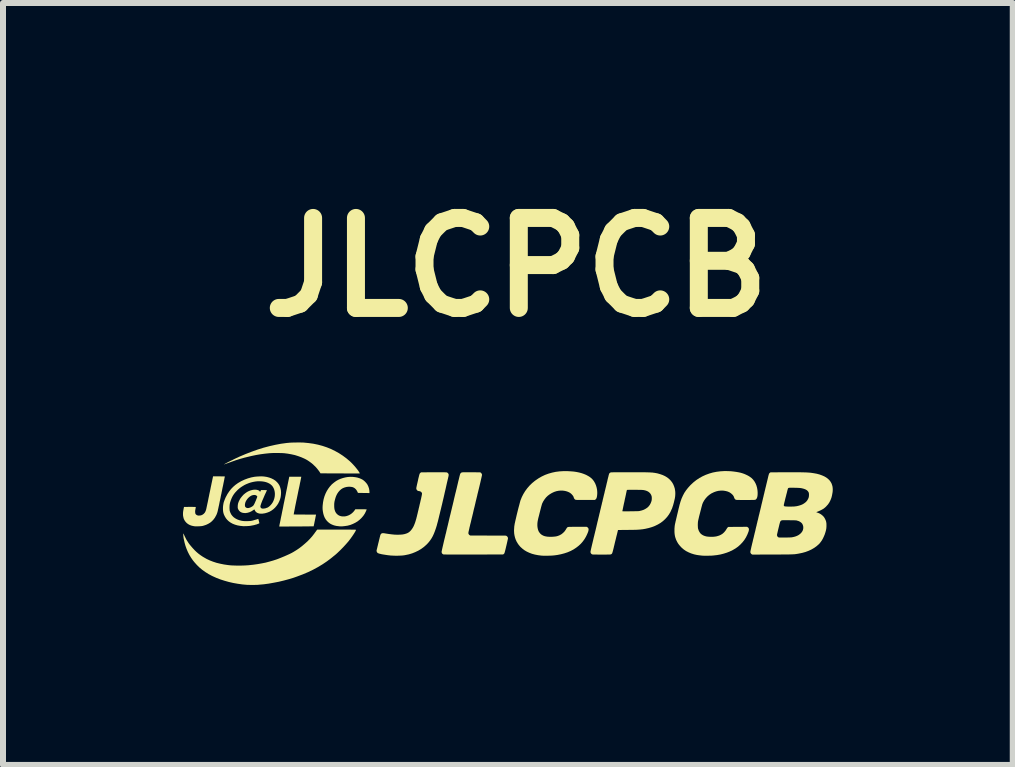
<source format=kicad_pcb>
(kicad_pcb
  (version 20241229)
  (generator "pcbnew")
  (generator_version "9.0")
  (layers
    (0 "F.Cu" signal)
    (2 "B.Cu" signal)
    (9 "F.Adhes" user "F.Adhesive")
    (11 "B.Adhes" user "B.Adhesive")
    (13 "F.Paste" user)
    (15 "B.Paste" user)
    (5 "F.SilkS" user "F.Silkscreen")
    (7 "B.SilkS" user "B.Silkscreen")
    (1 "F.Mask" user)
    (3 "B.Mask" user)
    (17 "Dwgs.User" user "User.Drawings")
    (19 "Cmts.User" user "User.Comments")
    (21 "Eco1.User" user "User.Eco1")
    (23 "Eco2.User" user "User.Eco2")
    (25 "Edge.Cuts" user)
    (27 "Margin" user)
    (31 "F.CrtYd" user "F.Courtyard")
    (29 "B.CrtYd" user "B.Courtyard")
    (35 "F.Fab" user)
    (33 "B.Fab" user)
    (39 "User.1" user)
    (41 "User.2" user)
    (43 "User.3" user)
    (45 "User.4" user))
  (footprint "JLCPCB"
    (layer "F.Cu")
    (at 5.561 5.404)
    (property "Reference" "JLCPCB" (at 0 -4 0) (layer "F.SilkS") (effects (font (size 1.5 1.5) (thickness 0.3))))
    (attr board_only exclude_from_pos_files exclude_from_bom)
    (fp_poly (pts (xy -3.647 -0.509) (xy -3.629 -0.509) (xy -3.614 -0.509) (xy -3.602 -0.509) (xy -3.594 -0.508) (xy -3.59 -0.508) (xy -3.59 -0.508) (xy -3.59 -0.504) (xy -3.592 -0.497) (xy -3.594 -0.485) (xy -3.597 -0.469) (xy -3.601 -0.45) (xy -3.605 -0.428) (xy -3.611 -0.403) (xy -3.616 -0.376) (xy -3.622 -0.346) (xy -3.629 -0.315) (xy -3.636 -0.282) (xy -3.643 -0.248) (xy -3.649 -0.218) (xy -3.657 -0.179) (xy -3.665 -0.14) (xy -3.673 -0.103) (xy -3.68 -0.068) (xy -3.687 -0.035) (xy -3.693 -0.005) (xy -3.698 0.023) (xy -3.703 0.048) (xy -3.707 0.07) (xy -3.711 0.088) (xy -3.713 0.102) (xy -3.715 0.112) (xy -3.716 0.118) (xy -3.716 0.12) (xy -3.713 0.12) (xy -3.706 0.12) (xy -3.695 0.12) (xy -3.68 0.121) (xy -3.662 0.121) (xy -3.64 0.121) (xy -3.616 0.121) (xy -3.59 0.122) (xy -3.561 0.122) (xy -3.532 0.122) (xy -3.529 0.122) (xy -3.344 0.123) (xy -3.345 0.129) (xy -3.346 0.133) (xy -3.347 0.141) (xy -3.35 0.153) (xy -3.353 0.168) (xy -3.356 0.185) (xy -3.36 0.204) (xy -3.364 0.225) (xy -3.364 0.226) (xy -3.369 0.247) (xy -3.372 0.265) (xy -3.376 0.282) (xy -3.379 0.296) (xy -3.381 0.307) (xy -3.383 0.314) (xy -3.383 0.318) (xy -3.383 0.318) (xy -3.386 0.318) (xy -3.393 0.318) (xy -3.405 0.318) (xy -3.42 0.318) (xy -3.439 0.318) (xy -3.462 0.319) (xy -3.487 0.319) (xy -3.516 0.319) (xy -3.547 0.319) (xy -3.58 0.32) (xy -3.614 0.32) (xy -3.651 0.32) (xy -3.67 0.32) (xy -3.956 0.322) (xy -3.956 0.316) (xy -3.956 0.312) (xy -3.954 0.303) (xy -3.952 0.292) (xy -3.95 0.278) (xy -3.946 0.263) (xy -3.945 0.257) (xy -3.943 0.247) (xy -3.94 0.232) (xy -3.936 0.213) (xy -3.932 0.191) (xy -3.927 0.166) (xy -3.921 0.139) (xy -3.915 0.109) (xy -3.909 0.078) (xy -3.902 0.045) (xy -3.895 0.012) (xy -3.89 -0.015) (xy -3.883 -0.052) (xy -3.875 -0.089) (xy -3.867 -0.128) (xy -3.859 -0.167) (xy -3.851 -0.205) (xy -3.844 -0.242) (xy -3.837 -0.277) (xy -3.83 -0.31) (xy -3.824 -0.34) (xy -3.819 -0.365) (xy -3.818 -0.372) (xy -3.79 -0.508) (xy -3.69 -0.509) (xy -3.667 -0.509)) (stroke (width 0) (type solid)) (fill yes) (layer "F.SilkS"))
    (fp_poly (pts (xy -3.593 -1.079) (xy -3.57 -1.079) (xy -3.553 -1.078) (xy -3.47 -1.07) (xy -3.39 -1.059) (xy -3.312 -1.043) (xy -3.237 -1.023) (xy -3.165 -0.999) (xy -3.095 -0.971) (xy -3.028 -0.938) (xy -2.963 -0.902) (xy -2.9 -0.861) (xy -2.839 -0.816) (xy -2.781 -0.767) (xy -2.779 -0.765) (xy -2.762 -0.749) (xy -2.744 -0.731) (xy -2.725 -0.711) (xy -2.706 -0.69) (xy -2.687 -0.668) (xy -2.67 -0.647) (xy -2.654 -0.627) (xy -2.64 -0.608) (xy -2.629 -0.591) (xy -2.62 -0.577) (xy -2.619 -0.575) (xy -2.614 -0.564) (xy -2.62 -0.563) (xy -2.624 -0.563) (xy -2.631 -0.563) (xy -2.644 -0.563) (xy -2.66 -0.563) (xy -2.68 -0.563) (xy -2.703 -0.563) (xy -2.73 -0.563) (xy -2.759 -0.563) (xy -2.791 -0.563) (xy -2.825 -0.563) (xy -2.861 -0.563) (xy -2.899 -0.564) (xy -2.938 -0.564) (xy -2.948 -0.564) (xy -3.27 -0.565) (xy -3.278 -0.579) (xy -3.291 -0.599) (xy -3.308 -0.621) (xy -3.326 -0.644) (xy -3.346 -0.667) (xy -3.367 -0.688) (xy -3.387 -0.707) (xy -3.39 -0.711) (xy -3.42 -0.736) (xy -3.45 -0.758) (xy -3.479 -0.778) (xy -3.511 -0.797) (xy -3.539 -0.811) (xy -3.589 -0.833) (xy -3.641 -0.852) (xy -3.695 -0.869) (xy -3.753 -0.882) (xy -3.814 -0.893) (xy -3.878 -0.901) (xy -3.884 -0.901) (xy -3.897 -0.902) (xy -3.914 -0.903) (xy -3.935 -0.903) (xy -3.958 -0.904) (xy -3.982 -0.904) (xy -4.008 -0.904) (xy -4.033 -0.904) (xy -4.057 -0.904) (xy -4.079 -0.903) (xy -4.098 -0.902) (xy -4.114 -0.901) (xy -4.118 -0.901) (xy -4.195 -0.893) (xy -4.27 -0.883) (xy -4.346 -0.87) (xy -4.422 -0.854) (xy -4.501 -0.835) (xy -4.538 -0.826) (xy -4.569 -0.817) (xy -4.598 -0.809) (xy -4.626 -0.801) (xy -4.653 -0.792) (xy -4.682 -0.783) (xy -4.712 -0.772) (xy -4.744 -0.761) (xy -4.779 -0.748) (xy -4.816 -0.735) (xy -4.832 -0.729) (xy -4.847 -0.724) (xy -4.859 -0.72) (xy -4.868 -0.716) (xy -4.874 -0.715) (xy -4.876 -0.714) (xy -4.875 -0.716) (xy -4.871 -0.719) (xy -4.862 -0.724) (xy -4.85 -0.731) (xy -4.836 -0.738) (xy -4.819 -0.747) (xy -4.8 -0.757) (xy -4.779 -0.767) (xy -4.757 -0.778) (xy -4.734 -0.789) (xy -4.711 -0.801) (xy -4.688 -0.812) (xy -4.666 -0.822) (xy -4.644 -0.832) (xy -4.626 -0.841) (xy -4.522 -0.885) (xy -4.419 -0.925) (xy -4.318 -0.961) (xy -4.219 -0.992) (xy -4.121 -1.018) (xy -4.024 -1.04) (xy -3.929 -1.058) (xy -3.834 -1.071) (xy -3.8 -1.074) (xy -3.781 -1.076) (xy -3.758 -1.077) (xy -3.732 -1.078) (xy -3.704 -1.079) (xy -3.675 -1.079) (xy -3.646 -1.08) (xy -3.619 -1.08)) (stroke (width 0) (type solid)) (fill yes) (layer "F.SilkS"))
    (fp_poly (pts (xy -2.733 -0.506) (xy -2.694 -0.502) (xy -2.656 -0.495) (xy -2.621 -0.484) (xy -2.594 -0.473) (xy -2.569 -0.46) (xy -2.548 -0.445) (xy -2.528 -0.427) (xy -2.505 -0.402) (xy -2.486 -0.375) (xy -2.472 -0.345) (xy -2.461 -0.313) (xy -2.455 -0.279) (xy -2.454 -0.265) (xy -2.453 -0.236) (xy -2.525 -0.238) (xy -2.545 -0.238) (xy -2.565 -0.238) (xy -2.583 -0.239) (xy -2.6 -0.239) (xy -2.613 -0.239) (xy -2.622 -0.239) (xy -2.623 -0.239) (xy -2.635 -0.239) (xy -2.643 -0.24) (xy -2.647 -0.241) (xy -2.648 -0.242) (xy -2.649 -0.248) (xy -2.653 -0.257) (xy -2.659 -0.267) (xy -2.665 -0.278) (xy -2.672 -0.289) (xy -2.679 -0.298) (xy -2.683 -0.302) (xy -2.699 -0.317) (xy -2.717 -0.328) (xy -2.737 -0.336) (xy -2.76 -0.34) (xy -2.786 -0.342) (xy -2.802 -0.342) (xy -2.836 -0.338) (xy -2.867 -0.33) (xy -2.897 -0.318) (xy -2.924 -0.301) (xy -2.948 -0.28) (xy -2.971 -0.254) (xy -2.99 -0.226) (xy -3.001 -0.205) (xy -3.012 -0.18) (xy -3.021 -0.153) (xy -3.029 -0.124) (xy -3.036 -0.096) (xy -3.039 -0.074) (xy -3.041 -0.056) (xy -3.041 -0.036) (xy -3.041 -0.015) (xy -3.04 0.005) (xy -3.038 0.023) (xy -3.035 0.039) (xy -3.034 0.042) (xy -3.025 0.069) (xy -3.012 0.093) (xy -2.996 0.112) (xy -2.976 0.129) (xy -2.954 0.141) (xy -2.933 0.148) (xy -2.919 0.151) (xy -2.901 0.153) (xy -2.882 0.153) (xy -2.862 0.152) (xy -2.845 0.149) (xy -2.836 0.147) (xy -2.806 0.137) (xy -2.776 0.122) (xy -2.749 0.103) (xy -2.725 0.081) (xy -2.704 0.056) (xy -2.701 0.051) (xy -2.689 0.034) (xy -2.595 0.034) (xy -2.568 0.034) (xy -2.546 0.034) (xy -2.529 0.034) (xy -2.515 0.035) (xy -2.507 0.035) (xy -2.502 0.036) (xy -2.5 0.036) (xy -2.501 0.041) (xy -2.504 0.048) (xy -2.508 0.058) (xy -2.513 0.069) (xy -2.519 0.081) (xy -2.524 0.092) (xy -2.529 0.101) (xy -2.53 0.104) (xy -2.555 0.142) (xy -2.584 0.176) (xy -2.616 0.207) (xy -2.651 0.235) (xy -2.689 0.258) (xy -2.73 0.278) (xy -2.773 0.295) (xy -2.818 0.307) (xy -2.866 0.314) (xy -2.886 0.316) (xy -2.903 0.318) (xy -2.915 0.318) (xy -2.927 0.319) (xy -2.938 0.318) (xy -2.951 0.318) (xy -2.966 0.316) (xy -3.007 0.311) (xy -3.044 0.302) (xy -3.078 0.289) (xy -3.109 0.273) (xy -3.137 0.252) (xy -3.162 0.228) (xy -3.183 0.201) (xy -3.2 0.172) (xy -3.212 0.143) (xy -3.222 0.11) (xy -3.229 0.075) (xy -3.234 0.038) (xy -3.235 0.001) (xy -3.233 -0.031) (xy -3.227 -0.084) (xy -3.217 -0.135) (xy -3.203 -0.183) (xy -3.185 -0.229) (xy -3.164 -0.271) (xy -3.139 -0.311) (xy -3.111 -0.348) (xy -3.08 -0.382) (xy -3.045 -0.411) (xy -3.008 -0.438) (xy -2.972 -0.458) (xy -2.935 -0.474) (xy -2.896 -0.487) (xy -2.856 -0.497) (xy -2.815 -0.504) (xy -2.774 -0.507)) (stroke (width 0) (type solid)) (fill yes) (layer "F.SilkS"))
    (fp_poly (pts (xy -4.94 -0.515) (xy -4.921 -0.514) (xy -4.903 -0.514) (xy -4.888 -0.514) (xy -4.876 -0.514) (xy -4.868 -0.513) (xy -4.864 -0.513) (xy -4.864 -0.513) (xy -4.864 -0.51) (xy -4.865 -0.503) (xy -4.868 -0.492) (xy -4.871 -0.477) (xy -4.874 -0.459) (xy -4.878 -0.439) (xy -4.883 -0.416) (xy -4.888 -0.391) (xy -4.893 -0.365) (xy -4.899 -0.338) (xy -4.905 -0.31) (xy -4.91 -0.283) (xy -4.916 -0.255) (xy -4.921 -0.228) (xy -4.927 -0.203) (xy -4.932 -0.179) (xy -4.936 -0.156) (xy -4.938 -0.147) (xy -4.943 -0.123) (xy -4.949 -0.097) (xy -4.954 -0.071) (xy -4.959 -0.045) (xy -4.964 -0.022) (xy -4.969 -0.001) (xy -4.97 0.007) (xy -4.976 0.032) (xy -4.98 0.052) (xy -4.984 0.069) (xy -4.988 0.084) (xy -4.993 0.098) (xy -4.997 0.11) (xy -5.002 0.122) (xy -5.008 0.135) (xy -5.01 0.138) (xy -5.029 0.173) (xy -5.052 0.204) (xy -5.078 0.232) (xy -5.107 0.256) (xy -5.14 0.276) (xy -5.176 0.293) (xy -5.215 0.306) (xy -5.237 0.312) (xy -5.251 0.314) (xy -5.269 0.316) (xy -5.29 0.317) (xy -5.311 0.318) (xy -5.333 0.318) (xy -5.353 0.318) (xy -5.37 0.317) (xy -5.381 0.315) (xy -5.415 0.308) (xy -5.446 0.297) (xy -5.474 0.282) (xy -5.498 0.264) (xy -5.518 0.243) (xy -5.535 0.219) (xy -5.548 0.193) (xy -5.556 0.163) (xy -5.561 0.132) (xy -5.561 0.098) (xy -5.56 0.083) (xy -5.558 0.066) (xy -5.555 0.048) (xy -5.552 0.033) (xy -5.55 0.02) (xy -5.547 0.009) (xy -5.546 0.001) (xy -5.545 -0.004) (xy -5.545 -0.005) (xy -5.542 -0.005) (xy -5.536 -0.005) (xy -5.525 -0.005) (xy -5.511 -0.005) (xy -5.494 -0.005) (xy -5.475 -0.006) (xy -5.454 -0.006) (xy -5.446 -0.006) (xy -5.422 -0.006) (xy -5.402 -0.006) (xy -5.386 -0.005) (xy -5.373 -0.005) (xy -5.364 -0.005) (xy -5.357 -0.005) (xy -5.353 -0.004) (xy -5.35 -0.004) (xy -5.349 -0.003) (xy -5.348 -0.002) (xy -5.348 -0.001) (xy -5.349 0.004) (xy -5.35 0.012) (xy -5.352 0.022) (xy -5.353 0.028) (xy -5.357 0.049) (xy -5.359 0.069) (xy -5.358 0.086) (xy -5.356 0.101) (xy -5.354 0.108) (xy -5.346 0.12) (xy -5.334 0.129) (xy -5.319 0.136) (xy -5.301 0.139) (xy -5.282 0.138) (xy -5.276 0.138) (xy -5.252 0.132) (xy -5.232 0.122) (xy -5.214 0.108) (xy -5.199 0.091) (xy -5.197 0.089) (xy -5.192 0.079) (xy -5.187 0.07) (xy -5.183 0.06) (xy -5.179 0.049) (xy -5.175 0.036) (xy -5.171 0.019) (xy -5.167 -0.002) (xy -5.166 -0.004) (xy -5.164 -0.016) (xy -5.16 -0.033) (xy -5.156 -0.053) (xy -5.151 -0.075) (xy -5.146 -0.099) (xy -5.141 -0.124) (xy -5.136 -0.15) (xy -5.133 -0.164) (xy -5.127 -0.192) (xy -5.121 -0.223) (xy -5.114 -0.255) (xy -5.107 -0.288) (xy -5.101 -0.319) (xy -5.095 -0.349) (xy -5.089 -0.375) (xy -5.089 -0.378) (xy -5.083 -0.406) (xy -5.078 -0.429) (xy -5.074 -0.448) (xy -5.071 -0.464) (xy -5.068 -0.477) (xy -5.066 -0.487) (xy -5.064 -0.495) (xy -5.063 -0.502) (xy -5.062 -0.507) (xy -5.061 -0.509) (xy -5.06 -0.515) (xy -4.962 -0.515)) (stroke (width 0) (type solid)) (fill yes) (layer "F.SilkS"))
    (fp_poly (pts (xy -2.954 0.373) (xy -2.912 0.373) (xy -2.875 0.373) (xy -2.841 0.373) (xy -2.812 0.373) (xy -2.786 0.373) (xy -2.764 0.373) (xy -2.745 0.374) (xy -2.729 0.374) (xy -2.716 0.374) (xy -2.705 0.374) (xy -2.696 0.374) (xy -2.69 0.375) (xy -2.685 0.375) (xy -2.681 0.375) (xy -2.679 0.376) (xy -2.678 0.376) (xy -2.677 0.377) (xy -2.677 0.377) (xy -2.679 0.383) (xy -2.683 0.391) (xy -2.689 0.403) (xy -2.697 0.417) (xy -2.707 0.433) (xy -2.718 0.45) (xy -2.73 0.468) (xy -2.743 0.487) (xy -2.756 0.505) (xy -2.768 0.522) (xy -2.804 0.569) (xy -2.845 0.616) (xy -2.889 0.664) (xy -2.936 0.712) (xy -2.986 0.76) (xy -2.997 0.77) (xy -3.008 0.78) (xy -3.022 0.792) (xy -3.038 0.805) (xy -3.057 0.82) (xy -3.076 0.836) (xy -3.095 0.851) (xy -3.114 0.866) (xy -3.132 0.879) (xy -3.148 0.891) (xy -3.16 0.9) (xy -3.234 0.95) (xy -3.312 0.997) (xy -3.393 1.041) (xy -3.478 1.082) (xy -3.566 1.119) (xy -3.659 1.154) (xy -3.721 1.176) (xy -3.801 1.2) (xy -3.883 1.222) (xy -3.966 1.242) (xy -4.05 1.258) (xy -4.133 1.273) (xy -4.215 1.284) (xy -4.295 1.291) (xy -4.315 1.293) (xy -4.333 1.294) (xy -4.355 1.294) (xy -4.379 1.295) (xy -4.405 1.295) (xy -4.431 1.295) (xy -4.456 1.294) (xy -4.478 1.294) (xy -4.497 1.293) (xy -4.498 1.293) (xy -4.574 1.286) (xy -4.65 1.275) (xy -4.724 1.262) (xy -4.798 1.245) (xy -4.869 1.225) (xy -4.938 1.203) (xy -5.003 1.178) (xy -5.014 1.173) (xy -5.076 1.145) (xy -5.134 1.114) (xy -5.188 1.08) (xy -5.239 1.044) (xy -5.286 1.005) (xy -5.33 0.962) (xy -5.371 0.916) (xy -5.396 0.885) (xy -5.426 0.842) (xy -5.454 0.796) (xy -5.479 0.747) (xy -5.501 0.696) (xy -5.52 0.643) (xy -5.535 0.589) (xy -5.547 0.534) (xy -5.55 0.522) (xy -5.552 0.508) (xy -5.554 0.493) (xy -5.555 0.479) (xy -5.556 0.466) (xy -5.557 0.454) (xy -5.557 0.445) (xy -5.557 0.439) (xy -5.556 0.437) (xy -5.555 0.439) (xy -5.551 0.445) (xy -5.547 0.453) (xy -5.543 0.461) (xy -5.534 0.481) (xy -5.526 0.497) (xy -5.519 0.511) (xy -5.513 0.523) (xy -5.507 0.535) (xy -5.5 0.547) (xy -5.493 0.558) (xy -5.481 0.577) (xy -5.47 0.594) (xy -5.458 0.611) (xy -5.444 0.629) (xy -5.428 0.648) (xy -5.41 0.669) (xy -5.404 0.676) (xy -5.371 0.712) (xy -5.338 0.744) (xy -5.304 0.773) (xy -5.268 0.8) (xy -5.229 0.826) (xy -5.217 0.833) (xy -5.168 0.861) (xy -5.115 0.886) (xy -5.061 0.907) (xy -5.003 0.926) (xy -4.941 0.941) (xy -4.877 0.954) (xy -4.808 0.964) (xy -4.779 0.967) (xy -4.759 0.969) (xy -4.735 0.97) (xy -4.708 0.971) (xy -4.678 0.972) (xy -4.647 0.972) (xy -4.615 0.972) (xy -4.583 0.972) (xy -4.551 0.971) (xy -4.522 0.97) (xy -4.495 0.968) (xy -4.471 0.967) (xy -4.465 0.966) (xy -4.39 0.958) (xy -4.319 0.948) (xy -4.251 0.936) (xy -4.185 0.923) (xy -4.121 0.906) (xy -4.058 0.888) (xy -3.994 0.867) (xy -3.93 0.842) (xy -3.865 0.815) (xy -3.8 0.786) (xy -3.783 0.778) (xy -3.765 0.769) (xy -3.747 0.76) (xy -3.731 0.751) (xy -3.722 0.746) (xy -3.673 0.716) (xy -3.624 0.683) (xy -3.577 0.647) (xy -3.531 0.608) (xy -3.486 0.568) (xy -3.445 0.526) (xy -3.407 0.483) (xy -3.373 0.439) (xy -3.356 0.415) (xy -3.348 0.405) (xy -3.341 0.395) (xy -3.335 0.386) (xy -3.331 0.381) (xy -3.324 0.373) (xy -3.001 0.373)) (stroke (width 0) (type solid)) (fill yes) (layer "F.SilkS"))
    (fp_poly (pts (xy -1.276 -0.583) (xy -1.249 -0.583) (xy -1.226 -0.583) (xy -1.208 -0.583) (xy -1.192 -0.582) (xy -1.181 -0.582) (xy -1.173 -0.582) (xy -1.168 -0.581) (xy -1.167 -0.581) (xy -1.153 -0.575) (xy -1.143 -0.565) (xy -1.138 -0.558) (xy -1.135 -0.55) (xy -1.133 -0.541) (xy -1.134 -0.531) (xy -1.136 -0.518) (xy -1.138 -0.509) (xy -1.141 -0.497) (xy -1.144 -0.482) (xy -1.149 -0.462) (xy -1.154 -0.44) (xy -1.16 -0.415) (xy -1.166 -0.389) (xy -1.172 -0.362) (xy -1.178 -0.335) (xy -1.184 -0.308) (xy -1.19 -0.282) (xy -1.196 -0.257) (xy -1.201 -0.235) (xy -1.205 -0.216) (xy -1.208 -0.204) (xy -1.216 -0.168) (xy -1.225 -0.13) (xy -1.234 -0.092) (xy -1.243 -0.052) (xy -1.253 -0.012) (xy -1.262 0.027) (xy -1.272 0.066) (xy -1.281 0.104) (xy -1.29 0.14) (xy -1.298 0.174) (xy -1.306 0.206) (xy -1.313 0.235) (xy -1.32 0.26) (xy -1.326 0.282) (xy -1.33 0.299) (xy -1.331 0.302) (xy -1.347 0.353) (xy -1.363 0.399) (xy -1.38 0.442) (xy -1.398 0.481) (xy -1.418 0.517) (xy -1.44 0.55) (xy -1.463 0.58) (xy -1.489 0.609) (xy -1.507 0.627) (xy -1.548 0.663) (xy -1.592 0.695) (xy -1.639 0.723) (xy -1.689 0.747) (xy -1.741 0.768) (xy -1.797 0.785) (xy -1.855 0.797) (xy -1.877 0.801) (xy -1.894 0.803) (xy -1.915 0.805) (xy -1.938 0.806) (xy -1.964 0.807) (xy -1.991 0.808) (xy -2.018 0.808) (xy -2.044 0.807) (xy -2.069 0.806) (xy -2.09 0.805) (xy -2.095 0.805) (xy -2.121 0.802) (xy -2.148 0.799) (xy -2.175 0.795) (xy -2.201 0.791) (xy -2.226 0.787) (xy -2.249 0.783) (xy -2.269 0.778) (xy -2.287 0.774) (xy -2.301 0.769) (xy -2.312 0.765) (xy -2.315 0.763) (xy -2.323 0.756) (xy -2.33 0.745) (xy -2.334 0.734) (xy -2.335 0.723) (xy -2.335 0.722) (xy -2.334 0.717) (xy -2.332 0.708) (xy -2.329 0.696) (xy -2.325 0.681) (xy -2.321 0.663) (xy -2.316 0.643) (xy -2.311 0.622) (xy -2.306 0.6) (xy -2.3 0.578) (xy -2.295 0.556) (xy -2.29 0.535) (xy -2.285 0.516) (xy -2.281 0.499) (xy -2.277 0.484) (xy -2.274 0.472) (xy -2.272 0.464) (xy -2.271 0.461) (xy -2.266 0.452) (xy -2.26 0.444) (xy -2.252 0.437) (xy -2.251 0.437) (xy -2.245 0.434) (xy -2.237 0.432) (xy -2.229 0.432) (xy -2.218 0.432) (xy -2.204 0.434) (xy -2.194 0.436) (xy -2.135 0.445) (xy -2.081 0.452) (xy -2.03 0.457) (xy -1.984 0.458) (xy -1.942 0.457) (xy -1.904 0.454) (xy -1.871 0.448) (xy -1.841 0.439) (xy -1.821 0.431) (xy -1.796 0.417) (xy -1.774 0.398) (xy -1.754 0.375) (xy -1.735 0.348) (xy -1.717 0.316) (xy -1.702 0.28) (xy -1.694 0.259) (xy -1.69 0.247) (xy -1.686 0.234) (xy -1.682 0.221) (xy -1.678 0.207) (xy -1.673 0.191) (xy -1.669 0.173) (xy -1.663 0.152) (xy -1.658 0.129) (xy -1.651 0.102) (xy -1.644 0.071) (xy -1.635 0.035) (xy -1.634 0.028) (xy -1.624 -0.012) (xy -1.616 -0.048) (xy -1.608 -0.08) (xy -1.602 -0.108) (xy -1.596 -0.132) (xy -1.591 -0.153) (xy -1.588 -0.171) (xy -1.584 -0.186) (xy -1.582 -0.198) (xy -1.58 -0.208) (xy -1.579 -0.216) (xy -1.578 -0.223) (xy -1.578 -0.228) (xy -1.578 -0.232) (xy -1.579 -0.235) (xy -1.58 -0.238) (xy -1.581 -0.24) (xy -1.582 -0.242) (xy -1.584 -0.245) (xy -1.584 -0.245) (xy -1.592 -0.255) (xy -1.604 -0.263) (xy -1.616 -0.267) (xy -1.626 -0.269) (xy -1.64 -0.271) (xy -1.653 -0.277) (xy -1.663 -0.287) (xy -1.67 -0.299) (xy -1.673 -0.313) (xy -1.672 -0.327) (xy -1.67 -0.333) (xy -1.668 -0.344) (xy -1.666 -0.356) (xy -1.662 -0.37) (xy -1.661 -0.378) (xy -1.653 -0.412) (xy -1.646 -0.442) (xy -1.641 -0.467) (xy -1.636 -0.489) (xy -1.631 -0.507) (xy -1.628 -0.521) (xy -1.625 -0.533) (xy -1.622 -0.542) (xy -1.62 -0.55) (xy -1.619 -0.555) (xy -1.617 -0.558) (xy -1.617 -0.558) (xy -1.61 -0.568) (xy -1.602 -0.576) (xy -1.592 -0.582) (xy -1.384 -0.583) (xy -1.344 -0.583) (xy -1.308 -0.583)) (stroke (width 0) (type solid)) (fill yes) (layer "F.SilkS"))
    (fp_poly (pts (xy -0.803 -0.583) (xy -0.775 -0.583) (xy -0.757 -0.583) (xy -0.608 -0.582) (xy -0.598 -0.576) (xy -0.589 -0.567) (xy -0.582 -0.556) (xy -0.578 -0.544) (xy -0.577 -0.539) (xy -0.578 -0.535) (xy -0.58 -0.526) (xy -0.583 -0.512) (xy -0.587 -0.494) (xy -0.592 -0.472) (xy -0.598 -0.446) (xy -0.605 -0.415) (xy -0.613 -0.381) (xy -0.622 -0.343) (xy -0.632 -0.302) (xy -0.643 -0.257) (xy -0.655 -0.209) (xy -0.656 -0.202) (xy -0.662 -0.178) (xy -0.668 -0.153) (xy -0.674 -0.128) (xy -0.68 -0.105) (xy -0.685 -0.083) (xy -0.689 -0.064) (xy -0.693 -0.049) (xy -0.693 -0.047) (xy -0.696 -0.035) (xy -0.7 -0.018) (xy -0.705 0.002) (xy -0.711 0.025) (xy -0.717 0.05) (xy -0.723 0.077) (xy -0.729 0.104) (xy -0.736 0.131) (xy -0.738 0.141) (xy -0.749 0.184) (xy -0.758 0.223) (xy -0.766 0.257) (xy -0.774 0.287) (xy -0.78 0.314) (xy -0.786 0.337) (xy -0.79 0.357) (xy -0.794 0.374) (xy -0.797 0.388) (xy -0.8 0.4) (xy -0.802 0.41) (xy -0.803 0.417) (xy -0.804 0.423) (xy -0.805 0.428) (xy -0.805 0.431) (xy -0.805 0.434) (xy -0.805 0.435) (xy -0.8 0.448) (xy -0.792 0.459) (xy -0.783 0.466) (xy -0.773 0.471) (xy -0.478 0.472) (xy -0.433 0.472) (xy -0.394 0.472) (xy -0.358 0.472) (xy -0.327 0.472) (xy -0.3 0.472) (xy -0.276 0.472) (xy -0.256 0.472) (xy -0.238 0.472) (xy -0.224 0.472) (xy -0.212 0.472) (xy -0.202 0.473) (xy -0.194 0.473) (xy -0.188 0.473) (xy -0.183 0.474) (xy -0.179 0.474) (xy -0.177 0.475) (xy -0.174 0.475) (xy -0.173 0.476) (xy -0.173 0.476) (xy -0.161 0.484) (xy -0.151 0.496) (xy -0.147 0.506) (xy -0.146 0.509) (xy -0.145 0.511) (xy -0.145 0.513) (xy -0.145 0.516) (xy -0.145 0.52) (xy -0.146 0.525) (xy -0.147 0.532) (xy -0.149 0.541) (xy -0.152 0.553) (xy -0.155 0.567) (xy -0.159 0.585) (xy -0.164 0.607) (xy -0.17 0.633) (xy -0.175 0.653) (xy -0.18 0.675) (xy -0.185 0.696) (xy -0.19 0.715) (xy -0.194 0.732) (xy -0.198 0.746) (xy -0.201 0.756) (xy -0.203 0.762) (xy -0.203 0.764) (xy -0.208 0.771) (xy -0.214 0.778) (xy -0.217 0.78) (xy -0.226 0.787) (xy -0.722 0.788) (xy -0.782 0.788) (xy -0.836 0.788) (xy -0.887 0.788) (xy -0.933 0.788) (xy -0.974 0.788) (xy -1.012 0.788) (xy -1.046 0.788) (xy -1.076 0.788) (xy -1.103 0.788) (xy -1.127 0.788) (xy -1.147 0.788) (xy -1.165 0.788) (xy -1.18 0.787) (xy -1.193 0.787) (xy -1.203 0.787) (xy -1.211 0.787) (xy -1.217 0.786) (xy -1.221 0.786) (xy -1.224 0.786) (xy -1.225 0.785) (xy -1.237 0.777) (xy -1.246 0.766) (xy -1.25 0.753) (xy -1.251 0.743) (xy -1.251 0.739) (xy -1.249 0.732) (xy -1.247 0.721) (xy -1.244 0.706) (xy -1.24 0.688) (xy -1.235 0.666) (xy -1.229 0.64) (xy -1.222 0.61) (xy -1.214 0.575) (xy -1.205 0.537) (xy -1.194 0.493) (xy -1.183 0.445) (xy -1.182 0.444) (xy -1.176 0.42) (xy -1.17 0.392) (xy -1.163 0.363) (xy -1.156 0.333) (xy -1.149 0.305) (xy -1.143 0.28) (xy -1.143 0.278) (xy -1.137 0.255) (xy -1.131 0.228) (xy -1.124 0.199) (xy -1.117 0.169) (xy -1.11 0.14) (xy -1.103 0.113) (xy -1.101 0.104) (xy -1.095 0.079) (xy -1.088 0.05) (xy -1.081 0.021) (xy -1.074 -0.009) (xy -1.067 -0.037) (xy -1.061 -0.062) (xy -1.059 -0.071) (xy -1.053 -0.095) (xy -1.047 -0.123) (xy -1.04 -0.153) (xy -1.033 -0.182) (xy -1.026 -0.211) (xy -1.02 -0.236) (xy -1.019 -0.24) (xy -1.013 -0.262) (xy -1.007 -0.288) (xy -1 -0.316) (xy -0.993 -0.346) (xy -0.986 -0.376) (xy -0.979 -0.405) (xy -0.973 -0.432) (xy -0.972 -0.436) (xy -0.966 -0.458) (xy -0.961 -0.48) (xy -0.956 -0.5) (xy -0.952 -0.517) (xy -0.948 -0.532) (xy -0.945 -0.543) (xy -0.943 -0.551) (xy -0.942 -0.554) (xy -0.934 -0.567) (xy -0.923 -0.576) (xy -0.916 -0.58) (xy -0.913 -0.581) (xy -0.91 -0.581) (xy -0.905 -0.582) (xy -0.898 -0.582) (xy -0.89 -0.583) (xy -0.879 -0.583) (xy -0.865 -0.583) (xy -0.848 -0.583) (xy -0.828 -0.583)) (stroke (width 0) (type solid)) (fill yes) (layer "F.SilkS"))
    (fp_poly (pts (xy 3.528 -0.602) (xy 3.573 -0.6) (xy 3.618 -0.595) (xy 3.661 -0.589) (xy 3.701 -0.582) (xy 3.729 -0.576) (xy 3.76 -0.567) (xy 3.792 -0.556) (xy 3.822 -0.543) (xy 3.851 -0.529) (xy 3.877 -0.514) (xy 3.884 -0.509) (xy 3.914 -0.487) (xy 3.94 -0.461) (xy 3.962 -0.432) (xy 3.98 -0.4) (xy 3.995 -0.365) (xy 4.006 -0.327) (xy 4.013 -0.287) (xy 4.016 -0.251) (xy 4.016 -0.219) (xy 4.014 -0.193) (xy 4.01 -0.17) (xy 4.003 -0.152) (xy 3.995 -0.138) (xy 3.985 -0.129) (xy 3.975 -0.124) (xy 3.97 -0.123) (xy 3.962 -0.123) (xy 3.949 -0.122) (xy 3.933 -0.122) (xy 3.914 -0.122) (xy 3.893 -0.121) (xy 3.87 -0.121) (xy 3.846 -0.121) (xy 3.822 -0.121) (xy 3.797 -0.121) (xy 3.773 -0.121) (xy 3.749 -0.121) (xy 3.727 -0.121) (xy 3.707 -0.122) (xy 3.69 -0.122) (xy 3.675 -0.122) (xy 3.665 -0.123) (xy 3.658 -0.123) (xy 3.657 -0.124) (xy 3.645 -0.129) (xy 3.635 -0.139) (xy 3.628 -0.152) (xy 3.626 -0.157) (xy 3.62 -0.175) (xy 3.612 -0.19) (xy 3.601 -0.205) (xy 3.595 -0.211) (xy 3.573 -0.231) (xy 3.548 -0.248) (xy 3.519 -0.261) (xy 3.487 -0.27) (xy 3.451 -0.276) (xy 3.432 -0.278) (xy 3.397 -0.277) (xy 3.36 -0.273) (xy 3.324 -0.264) (xy 3.288 -0.251) (xy 3.253 -0.234) (xy 3.243 -0.229) (xy 3.208 -0.205) (xy 3.177 -0.178) (xy 3.15 -0.148) (xy 3.126 -0.115) (xy 3.106 -0.08) (xy 3.095 -0.053) (xy 3.093 -0.047) (xy 3.09 -0.037) (xy 3.087 -0.024) (xy 3.082 -0.007) (xy 3.077 0.012) (xy 3.072 0.033) (xy 3.066 0.055) (xy 3.06 0.079) (xy 3.054 0.102) (xy 3.048 0.125) (xy 3.042 0.148) (xy 3.037 0.169) (xy 3.033 0.187) (xy 3.029 0.204) (xy 3.026 0.217) (xy 3.024 0.226) (xy 3.024 0.228) (xy 3.021 0.244) (xy 3.02 0.263) (xy 3.019 0.283) (xy 3.019 0.304) (xy 3.02 0.324) (xy 3.021 0.342) (xy 3.023 0.356) (xy 3.025 0.362) (xy 3.035 0.391) (xy 3.048 0.415) (xy 3.064 0.437) (xy 3.084 0.454) (xy 3.107 0.468) (xy 3.134 0.479) (xy 3.159 0.486) (xy 3.186 0.49) (xy 3.215 0.492) (xy 3.247 0.493) (xy 3.278 0.492) (xy 3.308 0.489) (xy 3.336 0.484) (xy 3.342 0.482) (xy 3.375 0.472) (xy 3.405 0.458) (xy 3.433 0.44) (xy 3.457 0.418) (xy 3.479 0.392) (xy 3.499 0.361) (xy 3.501 0.358) (xy 3.506 0.349) (xy 3.513 0.34) (xy 3.519 0.335) (xy 3.519 0.334) (xy 3.528 0.328) (xy 3.684 0.327) (xy 3.84 0.326) (xy 3.849 0.332) (xy 3.858 0.338) (xy 3.865 0.347) (xy 3.865 0.348) (xy 3.87 0.358) (xy 3.871 0.368) (xy 3.87 0.381) (xy 3.867 0.396) (xy 3.863 0.409) (xy 3.844 0.457) (xy 3.821 0.503) (xy 3.794 0.546) (xy 3.763 0.585) (xy 3.728 0.622) (xy 3.69 0.656) (xy 3.648 0.686) (xy 3.602 0.713) (xy 3.552 0.737) (xy 3.551 0.738) (xy 3.502 0.757) (xy 3.451 0.773) (xy 3.397 0.787) (xy 3.34 0.797) (xy 3.279 0.804) (xy 3.254 0.806) (xy 3.243 0.807) (xy 3.228 0.807) (xy 3.211 0.807) (xy 3.193 0.808) (xy 3.174 0.808) (xy 3.155 0.808) (xy 3.137 0.808) (xy 3.121 0.808) (xy 3.108 0.807) (xy 3.1 0.807) (xy 3.099 0.807) (xy 3.07 0.804) (xy 3.045 0.801) (xy 3.023 0.798) (xy 3.003 0.795) (xy 2.984 0.791) (xy 2.966 0.787) (xy 2.954 0.784) (xy 2.907 0.769) (xy 2.864 0.751) (xy 2.823 0.73) (xy 2.786 0.705) (xy 2.753 0.677) (xy 2.739 0.663) (xy 2.714 0.635) (xy 2.693 0.608) (xy 2.676 0.58) (xy 2.661 0.55) (xy 2.657 0.541) (xy 2.649 0.518) (xy 2.642 0.497) (xy 2.637 0.475) (xy 2.633 0.45) (xy 2.633 0.449) (xy 2.631 0.43) (xy 2.63 0.408) (xy 2.63 0.383) (xy 2.63 0.358) (xy 2.632 0.333) (xy 2.634 0.31) (xy 2.637 0.293) (xy 2.638 0.285) (xy 2.641 0.272) (xy 2.645 0.255) (xy 2.649 0.235) (xy 2.655 0.212) (xy 2.661 0.185) (xy 2.668 0.156) (xy 2.675 0.125) (xy 2.683 0.093) (xy 2.691 0.059) (xy 2.699 0.024) (xy 2.708 -0.011) (xy 2.714 -0.037) (xy 2.73 -0.092) (xy 2.748 -0.144) (xy 2.77 -0.193) (xy 2.794 -0.239) (xy 2.823 -0.282) (xy 2.856 -0.324) (xy 2.893 -0.365) (xy 2.901 -0.373) (xy 2.946 -0.415) (xy 2.994 -0.453) (xy 3.045 -0.487) (xy 3.098 -0.516) (xy 3.153 -0.541) (xy 3.211 -0.562) (xy 3.27 -0.579) (xy 3.332 -0.591) (xy 3.396 -0.599) (xy 3.462 -0.603) (xy 3.483 -0.603)) (stroke (width 0) (type solid)) (fill yes) (layer "F.SilkS"))
    (fp_poly (pts (xy 0.842 -0.602) (xy 0.897 -0.599) (xy 0.949 -0.595) (xy 0.997 -0.588) (xy 1.041 -0.579) (xy 1.082 -0.568) (xy 1.12 -0.555) (xy 1.156 -0.54) (xy 1.16 -0.538) (xy 1.184 -0.525) (xy 1.205 -0.513) (xy 1.223 -0.501) (xy 1.24 -0.487) (xy 1.251 -0.478) (xy 1.271 -0.456) (xy 1.288 -0.433) (xy 1.303 -0.407) (xy 1.309 -0.396) (xy 1.323 -0.361) (xy 1.333 -0.327) (xy 1.34 -0.291) (xy 1.343 -0.254) (xy 1.343 -0.227) (xy 1.341 -0.201) (xy 1.338 -0.179) (xy 1.334 -0.162) (xy 1.329 -0.148) (xy 1.322 -0.137) (xy 1.313 -0.129) (xy 1.312 -0.128) (xy 1.303 -0.122) (xy 1.148 -0.122) (xy 1.111 -0.122) (xy 1.079 -0.122) (xy 1.051 -0.122) (xy 1.028 -0.122) (xy 1.01 -0.122) (xy 0.996 -0.123) (xy 0.988 -0.123) (xy 0.984 -0.124) (xy 0.973 -0.129) (xy 0.963 -0.138) (xy 0.956 -0.151) (xy 0.953 -0.158) (xy 0.948 -0.173) (xy 0.942 -0.186) (xy 0.933 -0.198) (xy 0.922 -0.211) (xy 0.916 -0.217) (xy 0.905 -0.228) (xy 0.895 -0.235) (xy 0.886 -0.242) (xy 0.874 -0.248) (xy 0.871 -0.25) (xy 0.84 -0.263) (xy 0.806 -0.272) (xy 0.771 -0.277) (xy 0.735 -0.278) (xy 0.699 -0.275) (xy 0.664 -0.268) (xy 0.663 -0.268) (xy 0.624 -0.255) (xy 0.586 -0.237) (xy 0.551 -0.216) (xy 0.519 -0.192) (xy 0.49 -0.164) (xy 0.465 -0.132) (xy 0.443 -0.098) (xy 0.425 -0.062) (xy 0.423 -0.057) (xy 0.422 -0.053) (xy 0.421 -0.049) (xy 0.419 -0.044) (xy 0.417 -0.037) (xy 0.415 -0.029) (xy 0.412 -0.018) (xy 0.408 -0.005) (xy 0.404 0.012) (xy 0.399 0.031) (xy 0.393 0.054) (xy 0.386 0.082) (xy 0.378 0.113) (xy 0.375 0.126) (xy 0.367 0.157) (xy 0.36 0.183) (xy 0.355 0.207) (xy 0.351 0.227) (xy 0.348 0.245) (xy 0.346 0.262) (xy 0.345 0.278) (xy 0.345 0.294) (xy 0.345 0.309) (xy 0.345 0.312) (xy 0.349 0.345) (xy 0.356 0.375) (xy 0.366 0.401) (xy 0.381 0.424) (xy 0.398 0.444) (xy 0.42 0.461) (xy 0.445 0.474) (xy 0.448 0.475) (xy 0.464 0.481) (xy 0.48 0.485) (xy 0.497 0.488) (xy 0.517 0.491) (xy 0.539 0.492) (xy 0.565 0.492) (xy 0.595 0.492) (xy 0.621 0.49) (xy 0.644 0.488) (xy 0.665 0.484) (xy 0.684 0.479) (xy 0.702 0.472) (xy 0.717 0.466) (xy 0.747 0.449) (xy 0.773 0.428) (xy 0.797 0.404) (xy 0.817 0.376) (xy 0.821 0.369) (xy 0.828 0.357) (xy 0.834 0.348) (xy 0.839 0.341) (xy 0.843 0.337) (xy 0.847 0.334) (xy 0.851 0.331) (xy 0.854 0.33) (xy 0.856 0.329) (xy 0.859 0.329) (xy 0.863 0.328) (xy 0.869 0.328) (xy 0.876 0.327) (xy 0.885 0.327) (xy 0.897 0.327) (xy 0.912 0.327) (xy 0.931 0.326) (xy 0.953 0.326) (xy 0.979 0.326) (xy 1.009 0.326) (xy 1.014 0.326) (xy 1.167 0.326) (xy 1.178 0.333) (xy 1.189 0.342) (xy 1.196 0.354) (xy 1.199 0.368) (xy 1.197 0.384) (xy 1.197 0.387) (xy 1.192 0.406) (xy 1.184 0.427) (xy 1.174 0.45) (xy 1.163 0.474) (xy 1.151 0.497) (xy 1.138 0.519) (xy 1.131 0.531) (xy 1.102 0.571) (xy 1.069 0.609) (xy 1.032 0.643) (xy 0.992 0.674) (xy 0.948 0.703) (xy 0.901 0.728) (xy 0.85 0.75) (xy 0.796 0.768) (xy 0.739 0.783) (xy 0.679 0.795) (xy 0.636 0.801) (xy 0.609 0.804) (xy 0.579 0.806) (xy 0.547 0.807) (xy 0.515 0.808) (xy 0.482 0.808) (xy 0.452 0.808) (xy 0.424 0.807) (xy 0.412 0.806) (xy 0.357 0.799) (xy 0.305 0.789) (xy 0.256 0.776) (xy 0.211 0.759) (xy 0.168 0.739) (xy 0.129 0.716) (xy 0.094 0.689) (xy 0.062 0.66) (xy 0.034 0.627) (xy 0.02 0.607) (xy 0.000301 0.575) (xy -0.015 0.542) (xy -0.027 0.508) (xy -0.036 0.471) (xy -0.041 0.44) (xy -0.043 0.413) (xy -0.044 0.384) (xy -0.042 0.352) (xy -0.04 0.32) (xy -0.035 0.289) (xy -0.032 0.27) (xy -0.028 0.254) (xy -0.024 0.235) (xy -0.019 0.213) (xy -0.013 0.188) (xy -0.007 0.162) (xy -0.001 0.135) (xy 0.006 0.107) (xy 0.013 0.078) (xy 0.02 0.05) (xy 0.027 0.022) (xy 0.034 -0.005) (xy 0.041 -0.03) (xy 0.047 -0.053) (xy 0.052 -0.073) (xy 0.057 -0.09) (xy 0.06 -0.103) (xy 0.063 -0.113) (xy 0.064 -0.115) (xy 0.086 -0.17) (xy 0.112 -0.221) (xy 0.142 -0.27) (xy 0.176 -0.316) (xy 0.214 -0.36) (xy 0.256 -0.401) (xy 0.302 -0.439) (xy 0.313 -0.447) (xy 0.364 -0.482) (xy 0.418 -0.513) (xy 0.473 -0.539) (xy 0.53 -0.56) (xy 0.59 -0.577) (xy 0.651 -0.59) (xy 0.715 -0.598) (xy 0.781 -0.602)) (stroke (width 0) (type solid)) (fill yes) (layer "F.SilkS"))
    (fp_poly (pts (xy 1.881 -0.583) (xy 1.93 -0.583) (xy 1.974 -0.583) (xy 2.014 -0.583) (xy 2.05 -0.583) (xy 2.083 -0.583) (xy 2.112 -0.583) (xy 2.137 -0.583) (xy 2.16 -0.582) (xy 2.18 -0.582) (xy 2.198 -0.581) (xy 2.214 -0.581) (xy 2.228 -0.58) (xy 2.24 -0.579) (xy 2.252 -0.579) (xy 2.262 -0.578) (xy 2.272 -0.577) (xy 2.282 -0.575) (xy 2.292 -0.574) (xy 2.295 -0.574) (xy 2.344 -0.565) (xy 2.39 -0.552) (xy 2.433 -0.537) (xy 2.472 -0.519) (xy 2.507 -0.498) (xy 2.538 -0.474) (xy 2.565 -0.447) (xy 2.589 -0.417) (xy 2.608 -0.385) (xy 2.623 -0.35) (xy 2.635 -0.312) (xy 2.64 -0.282) (xy 2.643 -0.258) (xy 2.644 -0.231) (xy 2.643 -0.204) (xy 2.641 -0.178) (xy 2.64 -0.173) (xy 2.638 -0.159) (xy 2.635 -0.142) (xy 2.63 -0.122) (xy 2.625 -0.101) (xy 2.62 -0.079) (xy 2.614 -0.058) (xy 2.609 -0.039) (xy 2.604 -0.022) (xy 2.603 -0.021) (xy 2.598 -0.006) (xy 2.593 0.01) (xy 2.587 0.026) (xy 2.583 0.033) (xy 2.562 0.08) (xy 2.536 0.123) (xy 2.507 0.162) (xy 2.474 0.198) (xy 2.438 0.231) (xy 2.398 0.261) (xy 2.354 0.287) (xy 2.307 0.31) (xy 2.256 0.33) (xy 2.202 0.346) (xy 2.145 0.359) (xy 2.104 0.366) (xy 2.09 0.368) (xy 2.076 0.369) (xy 2.062 0.371) (xy 2.049 0.372) (xy 2.035 0.373) (xy 2.02 0.374) (xy 2.003 0.375) (xy 1.984 0.376) (xy 1.963 0.376) (xy 1.939 0.377) (xy 1.911 0.377) (xy 1.879 0.377) (xy 1.85 0.378) (xy 1.689 0.379) (xy 1.67 0.457) (xy 1.665 0.476) (xy 1.659 0.5) (xy 1.653 0.526) (xy 1.646 0.554) (xy 1.639 0.582) (xy 1.632 0.611) (xy 1.626 0.638) (xy 1.623 0.647) (xy 1.617 0.675) (xy 1.611 0.699) (xy 1.606 0.718) (xy 1.602 0.734) (xy 1.598 0.747) (xy 1.595 0.757) (xy 1.592 0.765) (xy 1.589 0.771) (xy 1.586 0.775) (xy 1.582 0.778) (xy 1.579 0.781) (xy 1.575 0.783) (xy 1.573 0.784) (xy 1.571 0.785) (xy 1.569 0.786) (xy 1.566 0.786) (xy 1.562 0.787) (xy 1.556 0.787) (xy 1.549 0.788) (xy 1.54 0.788) (xy 1.528 0.788) (xy 1.513 0.788) (xy 1.495 0.789) (xy 1.474 0.789) (xy 1.448 0.789) (xy 1.418 0.789) (xy 1.413 0.789) (xy 1.382 0.789) (xy 1.355 0.789) (xy 1.332 0.788) (xy 1.314 0.788) (xy 1.298 0.788) (xy 1.286 0.788) (xy 1.276 0.788) (xy 1.269 0.787) (xy 1.264 0.787) (xy 1.26 0.786) (xy 1.257 0.785) (xy 1.256 0.785) (xy 1.244 0.776) (xy 1.235 0.764) (xy 1.231 0.751) (xy 1.23 0.745) (xy 1.231 0.74) (xy 1.232 0.731) (xy 1.235 0.717) (xy 1.239 0.699) (xy 1.244 0.677) (xy 1.25 0.651) (xy 1.257 0.621) (xy 1.265 0.588) (xy 1.274 0.551) (xy 1.283 0.511) (xy 1.294 0.468) (xy 1.296 0.458) (xy 1.302 0.434) (xy 1.308 0.409) (xy 1.315 0.382) (xy 1.321 0.355) (xy 1.327 0.331) (xy 1.332 0.31) (xy 1.332 0.308) (xy 1.336 0.292) (xy 1.341 0.271) (xy 1.346 0.248) (xy 1.353 0.222) (xy 1.359 0.195) (xy 1.366 0.166) (xy 1.373 0.138) (xy 1.379 0.11) (xy 1.38 0.107) (xy 1.387 0.08) (xy 1.39 0.066) (xy 1.761 0.066) (xy 1.764 0.067) (xy 1.771 0.067) (xy 1.783 0.068) (xy 1.799 0.068) (xy 1.82 0.068) (xy 1.845 0.068) (xy 1.874 0.068) (xy 1.895 0.067) (xy 1.925 0.067) (xy 1.951 0.067) (xy 1.974 0.066) (xy 1.992 0.066) (xy 2.007 0.066) (xy 2.02 0.065) (xy 2.03 0.065) (xy 2.038 0.064) (xy 2.044 0.063) (xy 2.049 0.062) (xy 2.086 0.053) (xy 2.12 0.041) (xy 2.15 0.025) (xy 2.177 0.007) (xy 2.2 -0.015) (xy 2.219 -0.04) (xy 2.234 -0.068) (xy 2.244 -0.094) (xy 2.25 -0.116) (xy 2.252 -0.138) (xy 2.252 -0.16) (xy 2.25 -0.18) (xy 2.25 -0.181) (xy 2.242 -0.204) (xy 2.23 -0.225) (xy 2.214 -0.243) (xy 2.194 -0.259) (xy 2.171 -0.271) (xy 2.145 -0.28) (xy 2.141 -0.281) (xy 2.132 -0.283) (xy 2.122 -0.285) (xy 2.111 -0.287) (xy 2.099 -0.288) (xy 2.084 -0.289) (xy 2.067 -0.29) (xy 2.047 -0.29) (xy 2.024 -0.29) (xy 1.997 -0.291) (xy 1.966 -0.291) (xy 1.954 -0.291) (xy 1.927 -0.291) (xy 1.904 -0.291) (xy 1.886 -0.291) (xy 1.871 -0.291) (xy 1.86 -0.29) (xy 1.851 -0.29) (xy 1.845 -0.29) (xy 1.841 -0.289) (xy 1.839 -0.288) (xy 1.837 -0.288) (xy 1.837 -0.287) (xy 1.837 -0.287) (xy 1.836 -0.283) (xy 1.834 -0.275) (xy 1.831 -0.263) (xy 1.828 -0.248) (xy 1.824 -0.23) (xy 1.82 -0.209) (xy 1.815 -0.187) (xy 1.81 -0.163) (xy 1.804 -0.138) (xy 1.799 -0.113) (xy 1.794 -0.088) (xy 1.788 -0.063) (xy 1.783 -0.039) (xy 1.778 -0.016) (xy 1.774 0.005) (xy 1.77 0.023) (xy 1.767 0.039) (xy 1.764 0.052) (xy 1.762 0.061) (xy 1.761 0.066) (xy 1.761 0.066) (xy 1.39 0.066) (xy 1.393 0.052) (xy 1.4 0.025) (xy 1.406 -0.002) (xy 1.412 -0.027) (xy 1.418 -0.05) (xy 1.422 -0.07) (xy 1.426 -0.085) (xy 1.427 -0.087) (xy 1.431 -0.104) (xy 1.435 -0.124) (xy 1.441 -0.148) (xy 1.447 -0.173) (xy 1.453 -0.199) (xy 1.46 -0.226) (xy 1.466 -0.251) (xy 1.467 -0.258) (xy 1.474 -0.285) (xy 1.481 -0.315) (xy 1.489 -0.346) (xy 1.496 -0.377) (xy 1.503 -0.407) (xy 1.51 -0.434) (xy 1.515 -0.458) (xy 1.515 -0.459) (xy 1.52 -0.479) (xy 1.525 -0.499) (xy 1.53 -0.517) (xy 1.533 -0.532) (xy 1.537 -0.544) (xy 1.539 -0.553) (xy 1.541 -0.558) (xy 1.541 -0.558) (xy 1.549 -0.57) (xy 1.562 -0.578) (xy 1.565 -0.58) (xy 1.567 -0.58) (xy 1.569 -0.581) (xy 1.573 -0.581) (xy 1.578 -0.582) (xy 1.585 -0.582) (xy 1.594 -0.582) (xy 1.604 -0.582) (xy 1.617 -0.583) (xy 1.633 -0.583) (xy 1.652 -0.583) (xy 1.673 -0.583) (xy 1.699 -0.583) (xy 1.727 -0.583) (xy 1.76 -0.583) (xy 1.797 -0.583) (xy 1.838 -0.583)) (stroke (width 0) (type solid)) (fill yes) (layer "F.SilkS"))
    (fp_poly (pts (xy -4.236 -0.514) (xy -4.216 -0.513) (xy -4.208 -0.512) (xy -4.163 -0.505) (xy -4.122 -0.494) (xy -4.085 -0.48) (xy -4.051 -0.463) (xy -4.021 -0.443) (xy -3.995 -0.419) (xy -3.993 -0.417) (xy -3.973 -0.393) (xy -3.956 -0.367) (xy -3.944 -0.339) (xy -3.935 -0.308) (xy -3.929 -0.278) (xy -3.927 -0.242) (xy -3.929 -0.206) (xy -3.934 -0.168) (xy -3.944 -0.131) (xy -3.958 -0.096) (xy -3.975 -0.062) (xy -3.977 -0.058) (xy -4 -0.025) (xy -4.026 0.006) (xy -4.055 0.033) (xy -4.087 0.056) (xy -4.12 0.075) (xy -4.156 0.089) (xy -4.194 0.1) (xy -4.232 0.106) (xy -4.242 0.107) (xy -4.267 0.107) (xy -4.289 0.105) (xy -4.309 0.099) (xy -4.322 0.094) (xy -4.338 0.084) (xy -4.351 0.072) (xy -4.361 0.057) (xy -4.364 0.05) (xy -4.367 0.043) (xy -4.371 0.038) (xy -4.372 0.036) (xy -4.375 0.038) (xy -4.381 0.041) (xy -4.388 0.047) (xy -4.393 0.05) (xy -4.423 0.069) (xy -4.454 0.083) (xy -4.485 0.092) (xy -4.517 0.097) (xy -4.518 0.097) (xy -4.545 0.096) (xy -4.57 0.092) (xy -4.592 0.084) (xy -4.61 0.073) (xy -4.626 0.057) (xy -4.638 0.039) (xy -4.639 0.037) (xy -4.643 0.028) (xy -4.646 0.021) (xy -4.648 0.014) (xy -4.649 0.004) (xy -4.649 -0.007) (xy -4.648 -0.032) (xy -4.529 -0.032) (xy -4.528 -0.019) (xy -4.526 -0.012) (xy -4.518 -0.001) (xy -4.508 0.007) (xy -4.494 0.012) (xy -4.478 0.014) (xy -4.46 0.011) (xy -4.457 0.01) (xy -4.437 0.003) (xy -4.417 -0.007) (xy -4.399 -0.019) (xy -4.398 -0.019) (xy -4.392 -0.025) (xy -4.387 -0.031) (xy -4.382 -0.038) (xy -4.377 -0.047) (xy -4.371 -0.058) (xy -4.366 -0.069) (xy -4.36 -0.082) (xy -4.354 -0.097) (xy -4.347 -0.112) (xy -4.341 -0.128) (xy -4.335 -0.143) (xy -4.33 -0.156) (xy -4.326 -0.166) (xy -4.324 -0.173) (xy -4.324 -0.173) (xy -4.323 -0.178) (xy -4.325 -0.182) (xy -4.33 -0.188) (xy -4.332 -0.19) (xy -4.341 -0.197) (xy -4.351 -0.202) (xy -4.364 -0.204) (xy -4.377 -0.205) (xy -4.397 -0.202) (xy -4.417 -0.196) (xy -4.437 -0.185) (xy -4.456 -0.171) (xy -4.475 -0.154) (xy -4.491 -0.135) (xy -4.506 -0.113) (xy -4.518 -0.09) (xy -4.522 -0.079) (xy -4.526 -0.063) (xy -4.529 -0.047) (xy -4.529 -0.032) (xy -4.648 -0.032) (xy -4.648 -0.036) (xy -4.642 -0.067) (xy -4.631 -0.097) (xy -4.615 -0.129) (xy -4.602 -0.151) (xy -4.578 -0.181) (xy -4.553 -0.209) (xy -4.524 -0.233) (xy -4.494 -0.254) (xy -4.463 -0.27) (xy -4.43 -0.282) (xy -4.397 -0.29) (xy -4.39 -0.291) (xy -4.364 -0.293) (xy -4.341 -0.292) (xy -4.32 -0.288) (xy -4.303 -0.282) (xy -4.289 -0.273) (xy -4.28 -0.261) (xy -4.279 -0.26) (xy -4.278 -0.258) (xy -4.276 -0.259) (xy -4.273 -0.262) (xy -4.269 -0.27) (xy -4.269 -0.271) (xy -4.26 -0.286) (xy -4.212 -0.286) (xy -4.193 -0.286) (xy -4.178 -0.285) (xy -4.169 -0.285) (xy -4.164 -0.284) (xy -4.163 -0.283) (xy -4.164 -0.28) (xy -4.166 -0.274) (xy -4.171 -0.264) (xy -4.176 -0.253) (xy -4.179 -0.246) (xy -4.197 -0.208) (xy -4.212 -0.173) (xy -4.226 -0.14) (xy -4.239 -0.111) (xy -4.249 -0.085) (xy -4.258 -0.062) (xy -4.264 -0.043) (xy -4.269 -0.027) (xy -4.271 -0.016) (xy -4.271 -0.012) (xy -4.269 0.000212) (xy -4.262 0.011) (xy -4.253 0.018) (xy -4.244 0.021) (xy -4.231 0.023) (xy -4.216 0.022) (xy -4.2 0.02) (xy -4.184 0.017) (xy -4.18 0.015) (xy -4.166 0.01) (xy -4.154 0.006) (xy -4.144 0.001) (xy -4.134 -0.006) (xy -4.122 -0.015) (xy -4.1 -0.036) (xy -4.08 -0.06) (xy -4.063 -0.086) (xy -4.05 -0.115) (xy -4.04 -0.144) (xy -4.033 -0.175) (xy -4.03 -0.205) (xy -4.03 -0.236) (xy -4.034 -0.266) (xy -4.041 -0.294) (xy -4.052 -0.321) (xy -4.067 -0.346) (xy -4.076 -0.358) (xy -4.096 -0.377) (xy -4.119 -0.393) (xy -4.146 -0.407) (xy -4.176 -0.418) (xy -4.208 -0.426) (xy -4.243 -0.431) (xy -4.279 -0.433) (xy -4.317 -0.433) (xy -4.355 -0.429) (xy -4.394 -0.422) (xy -4.434 -0.412) (xy -4.449 -0.407) (xy -4.464 -0.402) (xy -4.481 -0.395) (xy -4.499 -0.388) (xy -4.517 -0.38) (xy -4.533 -0.372) (xy -4.541 -0.368) (xy -4.555 -0.359) (xy -4.572 -0.349) (xy -4.589 -0.338) (xy -4.606 -0.326) (xy -4.62 -0.315) (xy -4.626 -0.31) (xy -4.64 -0.298) (xy -4.656 -0.283) (xy -4.672 -0.266) (xy -4.688 -0.249) (xy -4.702 -0.232) (xy -4.712 -0.219) (xy -4.732 -0.188) (xy -4.749 -0.154) (xy -4.764 -0.117) (xy -4.776 -0.08) (xy -4.78 -0.062) (xy -4.783 -0.045) (xy -4.785 -0.026) (xy -4.786 -0.005) (xy -4.786 0.015) (xy -4.785 0.034) (xy -4.784 0.051) (xy -4.782 0.062) (xy -4.771 0.092) (xy -4.757 0.12) (xy -4.738 0.145) (xy -4.716 0.167) (xy -4.689 0.186) (xy -4.659 0.202) (xy -4.625 0.215) (xy -4.587 0.225) (xy -4.574 0.227) (xy -4.563 0.229) (xy -4.551 0.23) (xy -4.537 0.231) (xy -4.52 0.231) (xy -4.5 0.232) (xy -4.475 0.231) (xy -4.455 0.23) (xy -4.436 0.229) (xy -4.418 0.226) (xy -4.4 0.222) (xy -4.38 0.216) (xy -4.357 0.209) (xy -4.352 0.208) (xy -4.338 0.204) (xy -4.326 0.2) (xy -4.316 0.197) (xy -4.309 0.195) (xy -4.306 0.195) (xy -4.306 0.195) (xy -4.305 0.197) (xy -4.303 0.204) (xy -4.301 0.213) (xy -4.298 0.223) (xy -4.295 0.235) (xy -4.293 0.246) (xy -4.29 0.255) (xy -4.289 0.262) (xy -4.288 0.265) (xy -4.29 0.267) (xy -4.296 0.271) (xy -4.305 0.275) (xy -4.315 0.279) (xy -4.327 0.283) (xy -4.333 0.286) (xy -4.35 0.29) (xy -4.37 0.296) (xy -4.392 0.301) (xy -4.414 0.305) (xy -4.434 0.309) (xy -4.444 0.31) (xy -4.458 0.312) (xy -4.475 0.313) (xy -4.494 0.314) (xy -4.513 0.315) (xy -4.531 0.315) (xy -4.547 0.316) (xy -4.56 0.315) (xy -4.561 0.315) (xy -4.609 0.31) (xy -4.654 0.302) (xy -4.695 0.29) (xy -4.733 0.275) (xy -4.766 0.257) (xy -4.797 0.235) (xy -4.823 0.211) (xy -4.846 0.183) (xy -4.865 0.151) (xy -4.868 0.145) (xy -4.88 0.119) (xy -4.888 0.093) (xy -4.893 0.065) (xy -4.895 0.035) (xy -4.895 0.008) (xy -4.893 -0.022) (xy -4.889 -0.049) (xy -4.884 -0.076) (xy -4.875 -0.103) (xy -4.864 -0.132) (xy -4.851 -0.163) (xy -4.845 -0.174) (xy -4.82 -0.221) (xy -4.791 -0.264) (xy -4.76 -0.304) (xy -4.725 -0.34) (xy -4.687 -0.373) (xy -4.645 -0.403) (xy -4.599 -0.43) (xy -4.588 -0.436) (xy -4.534 -0.461) (xy -4.48 -0.481) (xy -4.424 -0.497) (xy -4.379 -0.506) (xy -4.359 -0.509) (xy -4.335 -0.511) (xy -4.31 -0.513) (xy -4.284 -0.514) (xy -4.259 -0.515)) (stroke (width 0) (type solid)) (fill yes) (layer "F.SilkS"))
    (fp_poly (pts (xy 4.629 -0.583) (xy 4.665 -0.583) (xy 4.697 -0.583) (xy 4.726 -0.583) (xy 4.751 -0.582) (xy 4.775 -0.582) (xy 4.795 -0.581) (xy 4.814 -0.581) (xy 4.831 -0.58) (xy 4.847 -0.579) (xy 4.862 -0.578) (xy 4.876 -0.577) (xy 4.889 -0.576) (xy 4.9 -0.575) (xy 4.954 -0.567) (xy 5.003 -0.558) (xy 5.048 -0.546) (xy 5.089 -0.531) (xy 5.126 -0.515) (xy 5.159 -0.496) (xy 5.187 -0.475) (xy 5.212 -0.451) (xy 5.231 -0.426) (xy 5.247 -0.398) (xy 5.255 -0.376) (xy 5.263 -0.349) (xy 5.267 -0.32) (xy 5.268 -0.29) (xy 5.266 -0.257) (xy 5.263 -0.238) (xy 5.256 -0.2) (xy 5.248 -0.166) (xy 5.237 -0.135) (xy 5.224 -0.105) (xy 5.209 -0.077) (xy 5.198 -0.061) (xy 5.187 -0.045) (xy 5.172 -0.029) (xy 5.157 -0.012) (xy 5.141 0.003) (xy 5.125 0.016) (xy 5.115 0.024) (xy 5.096 0.035) (xy 5.074 0.047) (xy 5.051 0.058) (xy 5.028 0.068) (xy 5.018 0.072) (xy 5.008 0.076) (xy 5 0.079) (xy 4.995 0.081) (xy 4.993 0.082) (xy 4.995 0.083) (xy 5 0.085) (xy 5.008 0.088) (xy 5.011 0.089) (xy 5.044 0.102) (xy 5.072 0.118) (xy 5.096 0.137) (xy 5.117 0.158) (xy 5.133 0.182) (xy 5.14 0.195) (xy 5.148 0.213) (xy 5.155 0.23) (xy 5.159 0.248) (xy 5.162 0.266) (xy 5.163 0.286) (xy 5.163 0.304) (xy 5.163 0.321) (xy 5.162 0.335) (xy 5.161 0.347) (xy 5.16 0.358) (xy 5.157 0.371) (xy 5.157 0.376) (xy 5.147 0.413) (xy 5.135 0.451) (xy 5.12 0.487) (xy 5.104 0.521) (xy 5.086 0.553) (xy 5.066 0.581) (xy 5.046 0.606) (xy 5.035 0.617) (xy 4.997 0.65) (xy 4.956 0.679) (xy 4.911 0.705) (xy 4.863 0.727) (xy 4.812 0.746) (xy 4.757 0.761) (xy 4.698 0.773) (xy 4.686 0.775) (xy 4.676 0.777) (xy 4.666 0.778) (xy 4.657 0.78) (xy 4.648 0.781) (xy 4.639 0.782) (xy 4.63 0.783) (xy 4.62 0.784) (xy 4.61 0.784) (xy 4.598 0.785) (xy 4.585 0.785) (xy 4.57 0.786) (xy 4.553 0.786) (xy 4.533 0.787) (xy 4.511 0.787) (xy 4.486 0.787) (xy 4.458 0.787) (xy 4.426 0.787) (xy 4.391 0.788) (xy 4.351 0.788) (xy 4.307 0.788) (xy 4.262 0.788) (xy 3.929 0.789) (xy 3.918 0.784) (xy 3.908 0.776) (xy 3.9 0.765) (xy 3.895 0.752) (xy 3.895 0.75) (xy 3.894 0.748) (xy 3.895 0.744) (xy 3.895 0.739) (xy 3.897 0.732) (xy 3.898 0.723) (xy 3.901 0.711) (xy 3.904 0.697) (xy 3.908 0.68) (xy 3.912 0.66) (xy 3.918 0.636) (xy 3.924 0.609) (xy 3.932 0.578) (xy 3.94 0.542) (xy 3.95 0.503) (xy 3.954 0.486) (xy 3.959 0.463) (xy 4.338 0.463) (xy 4.34 0.472) (xy 4.344 0.482) (xy 4.349 0.491) (xy 4.353 0.494) (xy 4.356 0.497) (xy 4.359 0.5) (xy 4.364 0.501) (xy 4.369 0.503) (xy 4.376 0.504) (xy 4.385 0.505) (xy 4.396 0.505) (xy 4.411 0.505) (xy 4.429 0.505) (xy 4.452 0.505) (xy 4.472 0.505) (xy 4.499 0.505) (xy 4.521 0.504) (xy 4.54 0.504) (xy 4.555 0.503) (xy 4.567 0.503) (xy 4.577 0.502) (xy 4.586 0.501) (xy 4.592 0.5) (xy 4.621 0.494) (xy 4.646 0.487) (xy 4.669 0.478) (xy 4.69 0.468) (xy 4.706 0.458) (xy 4.728 0.441) (xy 4.746 0.422) (xy 4.761 0.401) (xy 4.771 0.379) (xy 4.776 0.356) (xy 4.777 0.333) (xy 4.775 0.315) (xy 4.768 0.293) (xy 4.758 0.273) (xy 4.743 0.257) (xy 4.724 0.243) (xy 4.701 0.231) (xy 4.674 0.223) (xy 4.669 0.221) (xy 4.664 0.22) (xy 4.659 0.219) (xy 4.652 0.219) (xy 4.645 0.218) (xy 4.635 0.218) (xy 4.622 0.217) (xy 4.607 0.217) (xy 4.588 0.217) (xy 4.566 0.217) (xy 4.539 0.216) (xy 4.538 0.216) (xy 4.511 0.216) (xy 4.489 0.216) (xy 4.471 0.216) (xy 4.456 0.216) (xy 4.444 0.216) (xy 4.435 0.216) (xy 4.428 0.217) (xy 4.423 0.217) (xy 4.419 0.218) (xy 4.416 0.219) (xy 4.414 0.22) (xy 4.413 0.22) (xy 4.406 0.224) (xy 4.401 0.228) (xy 4.397 0.233) (xy 4.393 0.24) (xy 4.389 0.249) (xy 4.386 0.262) (xy 4.381 0.278) (xy 4.379 0.286) (xy 4.371 0.32) (xy 4.364 0.349) (xy 4.358 0.373) (xy 4.353 0.394) (xy 4.349 0.412) (xy 4.346 0.426) (xy 4.343 0.438) (xy 4.341 0.447) (xy 4.34 0.453) (xy 4.339 0.458) (xy 4.338 0.461) (xy 4.338 0.463) (xy 3.959 0.463) (xy 3.96 0.461) (xy 3.966 0.434) (xy 3.973 0.408) (xy 3.979 0.383) (xy 3.984 0.359) (xy 3.989 0.338) (xy 3.993 0.321) (xy 3.996 0.312) (xy 3.999 0.297) (xy 4.003 0.278) (xy 4.009 0.256) (xy 4.014 0.232) (xy 4.021 0.207) (xy 4.027 0.18) (xy 4.033 0.154) (xy 4.037 0.137) (xy 4.044 0.111) (xy 4.05 0.084) (xy 4.057 0.057) (xy 4.063 0.031) (xy 4.069 0.007) (xy 4.074 -0.015) (xy 4.078 -0.033) (xy 4.078 -0.033) (xy 4.451 -0.033) (xy 4.454 -0.025) (xy 4.458 -0.02) (xy 4.462 -0.017) (xy 4.467 -0.015) (xy 4.474 -0.014) (xy 4.484 -0.013) (xy 4.485 -0.013) (xy 4.502 -0.012) (xy 4.521 -0.011) (xy 4.541 -0.011) (xy 4.562 -0.011) (xy 4.583 -0.011) (xy 4.602 -0.012) (xy 4.619 -0.012) (xy 4.63 -0.013) (xy 4.669 -0.018) (xy 4.706 -0.027) (xy 4.74 -0.038) (xy 4.771 -0.052) (xy 4.797 -0.069) (xy 4.821 -0.088) (xy 4.84 -0.11) (xy 4.854 -0.133) (xy 4.863 -0.152) (xy 4.869 -0.171) (xy 4.871 -0.19) (xy 4.872 -0.212) (xy 4.871 -0.225) (xy 4.87 -0.234) (xy 4.868 -0.241) (xy 4.866 -0.248) (xy 4.864 -0.252) (xy 4.853 -0.268) (xy 4.838 -0.283) (xy 4.818 -0.295) (xy 4.794 -0.305) (xy 4.774 -0.311) (xy 4.761 -0.314) (xy 4.749 -0.317) (xy 4.736 -0.319) (xy 4.723 -0.321) (xy 4.707 -0.322) (xy 4.689 -0.323) (xy 4.668 -0.324) (xy 4.644 -0.324) (xy 4.625 -0.325) (xy 4.6 -0.325) (xy 4.58 -0.325) (xy 4.564 -0.325) (xy 4.552 -0.325) (xy 4.542 -0.324) (xy 4.535 -0.323) (xy 4.53 -0.321) (xy 4.526 -0.319) (xy 4.524 -0.316) (xy 4.522 -0.313) (xy 4.521 -0.312) (xy 4.52 -0.308) (xy 4.518 -0.3) (xy 4.514 -0.288) (xy 4.51 -0.273) (xy 4.506 -0.255) (xy 4.501 -0.235) (xy 4.495 -0.214) (xy 4.49 -0.192) (xy 4.484 -0.169) (xy 4.478 -0.147) (xy 4.473 -0.125) (xy 4.468 -0.104) (xy 4.463 -0.085) (xy 4.459 -0.068) (xy 4.456 -0.054) (xy 4.453 -0.043) (xy 4.452 -0.036) (xy 4.451 -0.033) (xy 4.078 -0.033) (xy 4.08 -0.042) (xy 4.084 -0.058) (xy 4.089 -0.077) (xy 4.094 -0.099) (xy 4.1 -0.124) (xy 4.106 -0.151) (xy 4.113 -0.178) (xy 4.119 -0.206) (xy 4.126 -0.232) (xy 4.132 -0.26) (xy 4.14 -0.291) (xy 4.147 -0.322) (xy 4.155 -0.353) (xy 4.162 -0.384) (xy 4.169 -0.412) (xy 4.175 -0.437) (xy 4.179 -0.453) (xy 4.184 -0.474) (xy 4.189 -0.495) (xy 4.193 -0.513) (xy 4.197 -0.529) (xy 4.201 -0.542) (xy 4.204 -0.552) (xy 4.205 -0.557) (xy 4.206 -0.558) (xy 4.211 -0.566) (xy 4.219 -0.574) (xy 4.221 -0.575) (xy 4.231 -0.582) (xy 4.497 -0.583) (xy 4.545 -0.583) (xy 4.589 -0.583)) (stroke (width 0) (type solid)) (fill yes) (layer "F.SilkS")))
  (gr_rect
    (start -3 -3)
    (end 13.829 9.699)
    (stroke (width 0.1) (type default))
    (fill no)
    (layer "Edge.Cuts")))
</source>
